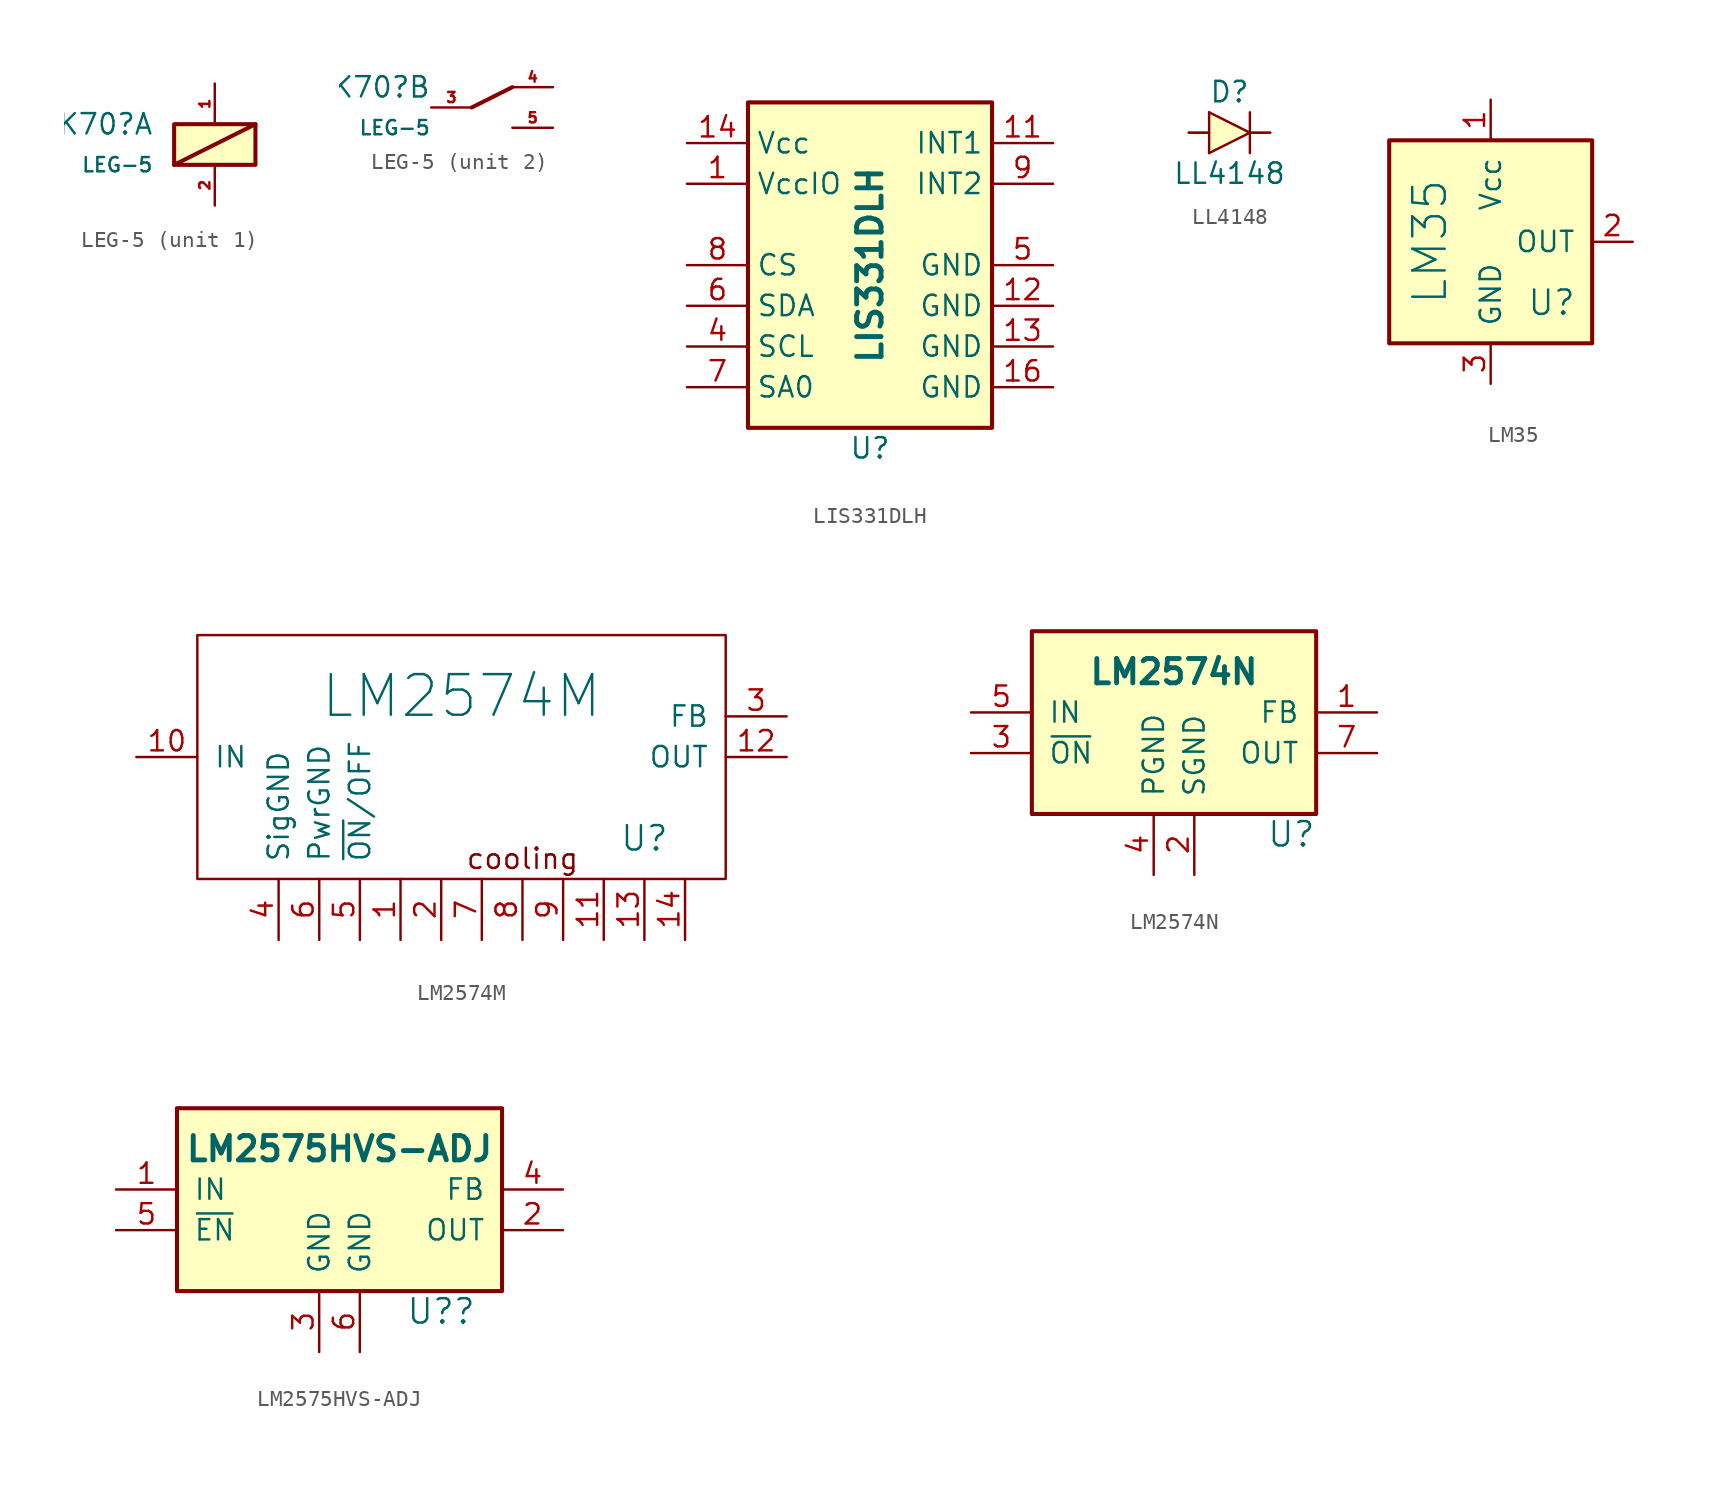
<source format=kicad_sym>
(kicad_symbol_lib
  (version 20231120)
  (generator "kicad_symbol_editor")
  (generator_version "8.0")
  (symbol "LEG-5"
    (property "Reference" "K70"
      (at -3.81 1.27 0)
      (effects (font (size 1.27 1.27)) (justify right)))
    (property "Value" "LEG-5"
      (at -3.81 -1.27 0)
      (effects (font (size 0.889 0.889)) (justify right)))
    (property "ki_locked" ""
      (at 0 0 0)
      (effects (font (size 1.27 1.27))))
    (symbol "LEG-5_1_1"
      (rectangle (start -2.54 1.27) (end 2.54 -1.27) (stroke (width 0.254) (type default)) (fill (type background)))
      (polyline (pts (xy 2.54 1.27) (xy -2.54 -1.27)) (stroke (width 0.254) (type default)) (fill (type none)))
      (pin passive line (at 0 3.81 270) (length 2.54) (name "~" (effects (font (size 1.27 1.27)))) (number "1" (effects (font (size 0.635 0.635)))))
      (pin passive line (at 0 -3.81 90) (length 2.54) (name "" (effects (font (size 1.27 1.27)))) (number "2" (effects (font (size 0.635 0.635))))))
    (symbol "LEG-5_2_1"
      (polyline (pts (xy -1.27 0) (xy 1.27 1.27)) (stroke (width 0.254) (type default)) (fill (type none)))
      (pin passive line (at -3.81 0 0) (length 2.54) (name "~" (effects (font (size 1.27 1.27)))) (number "3" (effects (font (size 0.635 0.635)))))
      (pin passive line (at 3.81 1.27 180) (length 2.54) (name "~" (effects (font (size 1.27 1.27)))) (number "4" (effects (font (size 0.635 0.635)))))
      (pin passive line (at 3.81 -1.27 180) (length 2.54) (name "~" (effects (font (size 1.27 1.27)))) (number "5" (effects (font (size 0.635 0.635)))))))
  (symbol "LIS331DLH"
    (property "Reference" "U"
      (at 0 -11.43 0)
      (effects (font (size 1.27 1.27))))
    (property "Value" "LIS331DLH"
      (at 0 0 90)
      (effects (font (size 1.524 1.524) (bold yes))))
    (symbol "LIS331DLH_0_1"
      (rectangle (start -7.62 10.16) (end 7.62 -10.16) (stroke (width 0.254) (type default)) (fill (type background))))
    (symbol "LIS331DLH_1_1"
      (pin passive line (at -11.43 5.08 0) (length 3.81) (name "VccIO" (effects (font (size 1.27 1.27)))) (number "1" (effects (font (size 1.27 1.27)))))
      (pin passive line (at 11.43 7.62 180) (length 3.81) (name "INT1" (effects (font (size 1.27 1.27)))) (number "11" (effects (font (size 1.27 1.27)))))
      (pin passive line (at 11.43 -2.54 180) (length 3.81) (name "GND" (effects (font (size 1.27 1.27)))) (number "12" (effects (font (size 1.27 1.27)))))
      (pin passive line (at 11.43 -5.08 180) (length 3.81) (name "GND" (effects (font (size 1.27 1.27)))) (number "13" (effects (font (size 1.27 1.27)))))
      (pin passive line (at -11.43 7.62 0) (length 3.81) (name "Vcc" (effects (font (size 1.27 1.27)))) (number "14" (effects (font (size 1.27 1.27)))))
      (pin passive line (at 11.43 -7.62 180) (length 3.81) (name "GND" (effects (font (size 1.27 1.27)))) (number "16" (effects (font (size 1.27 1.27)))))
      (pin passive line (at -11.43 -5.08 0) (length 3.81) (name "SCL" (effects (font (size 1.27 1.27)))) (number "4" (effects (font (size 1.27 1.27)))))
      (pin passive line (at 11.43 0 180) (length 3.81) (name "GND" (effects (font (size 1.27 1.27)))) (number "5" (effects (font (size 1.27 1.27)))))
      (pin passive line (at -11.43 -2.54 0) (length 3.81) (name "SDA" (effects (font (size 1.27 1.27)))) (number "6" (effects (font (size 1.27 1.27)))))
      (pin passive line (at -11.43 -7.62 0) (length 3.81) (name "SA0" (effects (font (size 1.27 1.27)))) (number "7" (effects (font (size 1.27 1.27)))))
      (pin passive line (at -11.43 0 0) (length 3.81) (name "CS" (effects (font (size 1.27 1.27)))) (number "8" (effects (font (size 1.27 1.27)))))
      (pin passive line (at 11.43 5.08 180) (length 3.81) (name "INT2" (effects (font (size 1.27 1.27)))) (number "9" (effects (font (size 1.27 1.27)))))))
  (symbol "LL4148"
    (pin_numbers hide)
    (pin_names
      (offset 1.016) hide)
    (property "Reference" "D"
      (at 0 2.54 0)
      (effects (font (size 1.27 1.27))))
    (property "Value" "LL4148"
      (at 0 -2.54 0)
      (effects (font (size 1.27 1.27))))
    (property "Link" ""
      (at 0 0 0)
      (effects (font (size 1.27 1.27))))
    (symbol "LL4148_0_1"
      (polyline (pts (xy 1.27 1.27) (xy 1.27 -1.27)) (stroke (width 0) (type default)) (fill (type none)))
      (polyline (pts (xy -2.54 0) (xy -1.27 0) (xy -1.27 0)) (stroke (width 0.127) (type default)) (fill (type none)))
      (polyline (pts (xy -1.27 1.27) (xy -1.27 -1.27) (xy -1.27 -1.27)) (stroke (width 0) (type default)) (fill (type none)))
      (polyline (pts (xy -1.27 1.27) (xy 1.27 0) (xy -1.27 -1.27)) (stroke (width 0) (type default)) (fill (type background)))
      (polyline (pts (xy 1.27 0) (xy 2.54 0) (xy 2.54 0)) (stroke (width 0.127) (type default)) (fill (type none))))
    (symbol "LL4148_1_1"
      (pin passive line (at 2.54 0 180) (length 1.27) (name "K" (effects (font (size 1.016 1.016)))) (number "1" (effects (font (size 1.016 1.016)))))
      (pin passive line (at -2.54 0 0) (length 1.27) (name "A" (effects (font (size 1.016 1.016)))) (number "2" (effects (font (size 1.016 1.016)))))))
  (symbol "LM35"
    (pin_names
      (offset 1.016))
    (property "Reference" "U"
      (at 3.81 -3.81 0)
      (effects (font (size 1.524 1.524))))
    (property "Value" "LM35"
      (at -3.81 0 90)
      (effects (font (size 2.032 2.032))))
    (property "Footprint" ""
      (at 0 0 0)
      (effects (font (size 1.524 1.524))))
    (property "Datasheet" ""
      (at 0 0 0)
      (effects (font (size 1.524 1.524))))
    (symbol "LM35_0_1"
      (rectangle (start -6.35 -6.35) (end 6.35 6.35) (stroke (width 0.254) (type default)) (fill (type background))))
    (symbol "LM35_1_1"
      (pin power_in line (at 0 8.89 270) (length 2.54) (name "Vcc" (effects (font (size 1.27 1.27)))) (number "1" (effects (font (size 1.27 1.27)))))
      (pin output line (at 8.89 0 180) (length 2.54) (name "OUT" (effects (font (size 1.27 1.27)))) (number "2" (effects (font (size 1.27 1.27)))))
      (pin power_in line (at 0 -8.89 90) (length 2.54) (name "GND" (effects (font (size 1.27 1.27)))) (number "3" (effects (font (size 1.27 1.27)))))))
  (symbol "LM2574M"
    (pin_names
      (offset 1.016))
    (property "Reference" "U"
      (at 11.43 -1.27 0)
      (effects (font (size 1.524 1.524))))
    (property "Value" "LM2574M"
      (at 0 7.62 0)
      (effects (font (size 2.54 2.54))))
    (property "Footprint" ""
      (at 0 0 0)
      (effects (font (size 1.524 1.524))))
    (property "Datasheet" ""
      (at 0 0 0)
      (effects (font (size 1.524 1.524))))
    (symbol "LM2574M_0_0"
      (text "cooling" (at 3.81 -2.54 0) (effects (font (size 1.27 1.27)))))
    (symbol "LM2574M_0_1"
      (rectangle (start -16.51 11.43) (end 16.51 -3.81) (stroke (width 0) (type default)) (fill (type none))))
    (symbol "LM2574M_1_1"
      (pin passive line (at -3.81 -7.62 90) (length 3.81) (name "~" (effects (font (size 1.27 1.27)))) (number "1" (effects (font (size 1.27 1.27)))))
      (pin passive line (at -20.32 3.81 0) (length 3.81) (name "IN" (effects (font (size 1.27 1.27)))) (number "10" (effects (font (size 1.27 1.27)))))
      (pin passive line (at 8.89 -7.62 90) (length 3.81) (name "~" (effects (font (size 1.27 1.27)))) (number "11" (effects (font (size 1.27 1.27)))))
      (pin passive line (at 20.32 3.81 180) (length 3.81) (name "OUT" (effects (font (size 1.27 1.27)))) (number "12" (effects (font (size 1.27 1.27)))))
      (pin passive line (at 11.43 -7.62 90) (length 3.81) (name "~" (effects (font (size 1.27 1.27)))) (number "13" (effects (font (size 1.27 1.27)))))
      (pin passive line (at 13.97 -7.62 90) (length 3.81) (name "~" (effects (font (size 1.27 1.27)))) (number "14" (effects (font (size 1.27 1.27)))))
      (pin passive line (at -1.27 -7.62 90) (length 3.81) (name "~" (effects (font (size 1.27 1.27)))) (number "2" (effects (font (size 1.27 1.27)))))
      (pin passive line (at 20.32 6.35 180) (length 3.81) (name "FB" (effects (font (size 1.27 1.27)))) (number "3" (effects (font (size 1.27 1.27)))))
      (pin passive line (at -11.43 -7.62 90) (length 3.81) (name "SigGND" (effects (font (size 1.27 1.27)))) (number "4" (effects (font (size 1.27 1.27)))))
      (pin passive line (at -6.35 -7.62 90) (length 3.81) (name "~{ON}/OFF" (effects (font (size 1.27 1.27)))) (number "5" (effects (font (size 1.27 1.27)))))
      (pin passive line (at -8.89 -7.62 90) (length 3.81) (name "PwrGND" (effects (font (size 1.27 1.27)))) (number "6" (effects (font (size 1.27 1.27)))))
      (pin passive line (at 1.27 -7.62 90) (length 3.81) (name "~" (effects (font (size 1.27 1.27)))) (number "7" (effects (font (size 1.27 1.27)))))
      (pin passive line (at 3.81 -7.62 90) (length 3.81) (name "~" (effects (font (size 1.27 1.27)))) (number "8" (effects (font (size 1.27 1.27)))))
      (pin passive line (at 6.35 -7.62 90) (length 3.81) (name "~" (effects (font (size 1.27 1.27)))) (number "9" (effects (font (size 1.27 1.27)))))))
  (symbol "LM2574N"
    (pin_names
      (offset 1.016))
    (property "Reference" "U"
      (at 8.89 -5.08 0)
      (effects (font (size 1.524 1.524)) (justify right)))
    (property "Value" "LM2574N"
      (at 0 5.08 0)
      (effects (font (size 1.524 1.524) (bold yes))))
    (property "Datasheet" ""
      (at 0 0 0)
      (effects (font (size 1.524 1.524))))
    (symbol "LM2574N_0_1"
      (rectangle (start -8.89 7.62) (end 8.89 -3.81) (stroke (width 0.254) (type default)) (fill (type background))))
    (symbol "LM2574N_1_1"
      (pin passive line (at 12.7 2.54 180) (length 3.81) (name "FB" (effects (font (size 1.27 1.27)))) (number "1" (effects (font (size 1.27 1.27)))))
      (pin passive line (at 1.27 -7.62 90) (length 3.81) (name "SGND" (effects (font (size 1.27 1.27)))) (number "2" (effects (font (size 1.27 1.27)))))
      (pin passive line (at -12.7 0 0) (length 3.81) (name "~{ON}" (effects (font (size 1.27 1.27)))) (number "3" (effects (font (size 1.27 1.27)))))
      (pin passive line (at -1.27 -7.62 90) (length 3.81) (name "PGND" (effects (font (size 1.27 1.27)))) (number "4" (effects (font (size 1.27 1.27)))))
      (pin passive line (at -12.7 2.54 0) (length 3.81) (name "IN" (effects (font (size 1.27 1.27)))) (number "5" (effects (font (size 1.27 1.27)))))
      (pin passive line (at 12.7 0 180) (length 3.81) (name "OUT" (effects (font (size 1.27 1.27)))) (number "7" (effects (font (size 1.27 1.27)))))))
  (symbol "LM2575HVS-ADJ"
    (pin_names
      (offset 1.016))
    (property "Reference" "U?"
      (at 6.35 -7.62 0)
      (effects (font (size 1.524 1.524))))
    (property "Value" "LM2575HVS-ADJ"
      (at 0 2.54 0)
      (effects (font (size 1.524 1.524) (bold yes))))
    (property "Datasheet" ""
      (at 0 0 0)
      (effects (font (size 1.524 1.524))))
    (symbol "LM2575HVS-ADJ_0_1"
      (rectangle (start -10.16 5.08) (end 10.16 -6.35) (stroke (width 0.254) (type default)) (fill (type background))))
    (symbol "LM2575HVS-ADJ_1_1"
      (pin passive line (at -13.97 0 0) (length 3.81) (name "IN" (effects (font (size 1.27 1.27)))) (number "1" (effects (font (size 1.27 1.27)))))
      (pin passive line (at 13.97 -2.54 180) (length 3.81) (name "OUT" (effects (font (size 1.27 1.27)))) (number "2" (effects (font (size 1.27 1.27)))))
      (pin passive line (at -1.27 -10.16 90) (length 3.81) (name "GND" (effects (font (size 1.27 1.27)))) (number "3" (effects (font (size 1.27 1.27)))))
      (pin passive line (at 13.97 0 180) (length 3.81) (name "FB" (effects (font (size 1.27 1.27)))) (number "4" (effects (font (size 1.27 1.27)))))
      (pin passive line (at -13.97 -2.54 0) (length 3.81) (name "~{EN}" (effects (font (size 1.27 1.27)))) (number "5" (effects (font (size 1.27 1.27)))))
      (pin passive line (at 1.27 -10.16 90) (length 3.81) (name "GND" (effects (font (size 1.27 1.27)))) (number "6" (effects (font (size 1.27 1.27))))))))
</source>
